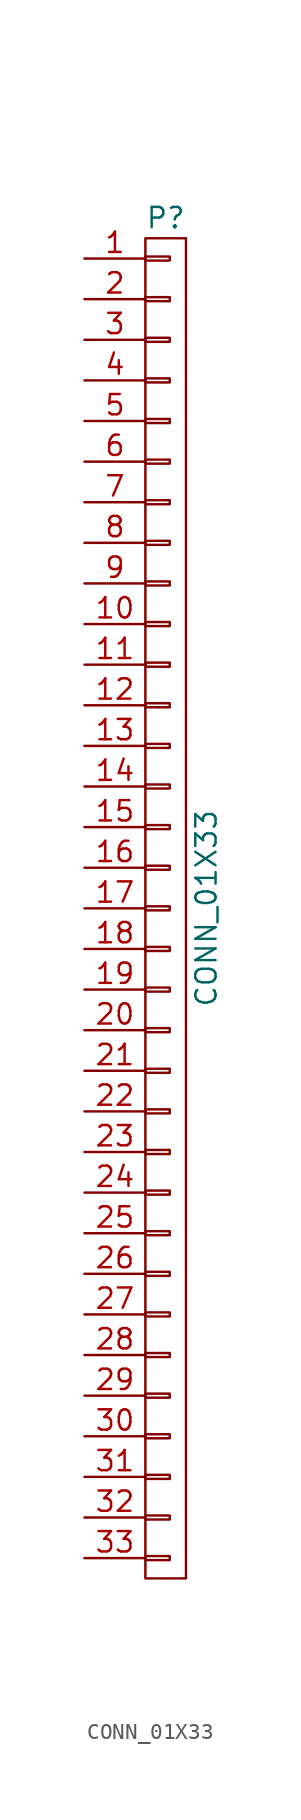
<source format=kicad_sym>
(kicad_symbol_lib
  (version 20211014)
  (generator kicad_symbol_editor)
  (symbol "CONN_01X33"
    (pin_names
      (offset 1.016) hide)
    (property "Reference" "P"
      (at 0 43.18 0)
      (effects (font (size 1.27 1.27))))
    (property "Value" "CONN_01X33"
      (at 2.54 0 90)
      (effects (font (size 1.27 1.27))))
    (property "Footprint" ""
      (at 0 0 0)
      (effects (font (size 1.27 1.27))))
    (property "Datasheet" ""
      (at 0 0 0)
      (effects (font (size 1.27 1.27))))
    (symbol "CONN_01X33_0_1"
      (rectangle (start -1.27 -41.91) (end 1.27 41.91) (stroke (width 0) (type default) (color 0 0 0 0)) (fill (type none)))
      (rectangle (start -1.27 -40.513) (end 0.254 -40.767) (stroke (width 0) (type default) (color 0 0 0 0)) (fill (type none)))
      (rectangle (start -1.27 -37.973) (end 0.254 -38.227) (stroke (width 0) (type default) (color 0 0 0 0)) (fill (type none)))
      (rectangle (start -1.27 -35.433) (end 0.254 -35.687) (stroke (width 0) (type default) (color 0 0 0 0)) (fill (type none)))
      (rectangle (start -1.27 -32.893) (end 0.254 -33.147) (stroke (width 0) (type default) (color 0 0 0 0)) (fill (type none)))
      (rectangle (start -1.27 -30.353) (end 0.254 -30.607) (stroke (width 0) (type default) (color 0 0 0 0)) (fill (type none)))
      (rectangle (start -1.27 -27.813) (end 0.254 -28.067) (stroke (width 0) (type default) (color 0 0 0 0)) (fill (type none)))
      (rectangle (start -1.27 -25.273) (end 0.254 -25.527) (stroke (width 0) (type default) (color 0 0 0 0)) (fill (type none)))
      (rectangle (start -1.27 -22.733) (end 0.254 -22.987) (stroke (width 0) (type default) (color 0 0 0 0)) (fill (type none)))
      (rectangle (start -1.27 -20.193) (end 0.254 -20.447) (stroke (width 0) (type default) (color 0 0 0 0)) (fill (type none)))
      (rectangle (start -1.27 -17.653) (end 0.254 -17.907) (stroke (width 0) (type default) (color 0 0 0 0)) (fill (type none)))
      (rectangle (start -1.27 -15.113) (end 0.254 -15.367) (stroke (width 0) (type default) (color 0 0 0 0)) (fill (type none)))
      (rectangle (start -1.27 -12.573) (end 0.254 -12.827) (stroke (width 0) (type default) (color 0 0 0 0)) (fill (type none)))
      (rectangle (start -1.27 -10.033) (end 0.254 -10.287) (stroke (width 0) (type default) (color 0 0 0 0)) (fill (type none)))
      (rectangle (start -1.27 -7.493) (end 0.254 -7.747) (stroke (width 0) (type default) (color 0 0 0 0)) (fill (type none)))
      (rectangle (start -1.27 -4.953) (end 0.254 -5.207) (stroke (width 0) (type default) (color 0 0 0 0)) (fill (type none)))
      (rectangle (start -1.27 -2.413) (end 0.254 -2.667) (stroke (width 0) (type default) (color 0 0 0 0)) (fill (type none)))
      (rectangle (start -1.27 0.127) (end 0.254 -0.127) (stroke (width 0) (type default) (color 0 0 0 0)) (fill (type none)))
      (rectangle (start -1.27 2.667) (end 0.254 2.413) (stroke (width 0) (type default) (color 0 0 0 0)) (fill (type none)))
      (rectangle (start -1.27 5.207) (end 0.254 4.953) (stroke (width 0) (type default) (color 0 0 0 0)) (fill (type none)))
      (rectangle (start -1.27 7.747) (end 0.254 7.493) (stroke (width 0) (type default) (color 0 0 0 0)) (fill (type none)))
      (rectangle (start -1.27 10.287) (end 0.254 10.033) (stroke (width 0) (type default) (color 0 0 0 0)) (fill (type none)))
      (rectangle (start -1.27 12.827) (end 0.254 12.573) (stroke (width 0) (type default) (color 0 0 0 0)) (fill (type none)))
      (rectangle (start -1.27 15.367) (end 0.254 15.113) (stroke (width 0) (type default) (color 0 0 0 0)) (fill (type none)))
      (rectangle (start -1.27 17.907) (end 0.254 17.653) (stroke (width 0) (type default) (color 0 0 0 0)) (fill (type none)))
      (rectangle (start -1.27 20.447) (end 0.254 20.193) (stroke (width 0) (type default) (color 0 0 0 0)) (fill (type none)))
      (rectangle (start -1.27 22.987) (end 0.254 22.733) (stroke (width 0) (type default) (color 0 0 0 0)) (fill (type none)))
      (rectangle (start -1.27 25.527) (end 0.254 25.273) (stroke (width 0) (type default) (color 0 0 0 0)) (fill (type none)))
      (rectangle (start -1.27 28.067) (end 0.254 27.813) (stroke (width 0) (type default) (color 0 0 0 0)) (fill (type none)))
      (rectangle (start -1.27 30.607) (end 0.254 30.353) (stroke (width 0) (type default) (color 0 0 0 0)) (fill (type none)))
      (rectangle (start -1.27 33.147) (end 0.254 32.893) (stroke (width 0) (type default) (color 0 0 0 0)) (fill (type none)))
      (rectangle (start -1.27 35.687) (end 0.254 35.433) (stroke (width 0) (type default) (color 0 0 0 0)) (fill (type none)))
      (rectangle (start -1.27 38.227) (end 0.254 37.973) (stroke (width 0) (type default) (color 0 0 0 0)) (fill (type none)))
      (rectangle (start -1.27 40.767) (end 0.254 40.513) (stroke (width 0) (type default) (color 0 0 0 0)) (fill (type none))))
    (symbol "CONN_01X33_1_1"
      (pin passive line (at -5.08 40.64 0) (length 3.81) (name "P1" (effects (font (size 1.27 1.27)))) (number "1" (effects (font (size 1.27 1.27)))))
      (pin passive line (at -5.08 17.78 0) (length 3.81) (name "P10" (effects (font (size 1.27 1.27)))) (number "10" (effects (font (size 1.27 1.27)))))
      (pin passive line (at -5.08 15.24 0) (length 3.81) (name "P11" (effects (font (size 1.27 1.27)))) (number "11" (effects (font (size 1.27 1.27)))))
      (pin passive line (at -5.08 12.7 0) (length 3.81) (name "P12" (effects (font (size 1.27 1.27)))) (number "12" (effects (font (size 1.27 1.27)))))
      (pin passive line (at -5.08 10.16 0) (length 3.81) (name "P13" (effects (font (size 1.27 1.27)))) (number "13" (effects (font (size 1.27 1.27)))))
      (pin passive line (at -5.08 7.62 0) (length 3.81) (name "P14" (effects (font (size 1.27 1.27)))) (number "14" (effects (font (size 1.27 1.27)))))
      (pin passive line (at -5.08 5.08 0) (length 3.81) (name "P15" (effects (font (size 1.27 1.27)))) (number "15" (effects (font (size 1.27 1.27)))))
      (pin passive line (at -5.08 2.54 0) (length 3.81) (name "P16" (effects (font (size 1.27 1.27)))) (number "16" (effects (font (size 1.27 1.27)))))
      (pin passive line (at -5.08 0 0) (length 3.81) (name "P17" (effects (font (size 1.27 1.27)))) (number "17" (effects (font (size 1.27 1.27)))))
      (pin passive line (at -5.08 -2.54 0) (length 3.81) (name "P18" (effects (font (size 1.27 1.27)))) (number "18" (effects (font (size 1.27 1.27)))))
      (pin passive line (at -5.08 -5.08 0) (length 3.81) (name "P19" (effects (font (size 1.27 1.27)))) (number "19" (effects (font (size 1.27 1.27)))))
      (pin passive line (at -5.08 38.1 0) (length 3.81) (name "P2" (effects (font (size 1.27 1.27)))) (number "2" (effects (font (size 1.27 1.27)))))
      (pin passive line (at -5.08 -7.62 0) (length 3.81) (name "P20" (effects (font (size 1.27 1.27)))) (number "20" (effects (font (size 1.27 1.27)))))
      (pin passive line (at -5.08 -10.16 0) (length 3.81) (name "P21" (effects (font (size 1.27 1.27)))) (number "21" (effects (font (size 1.27 1.27)))))
      (pin passive line (at -5.08 -12.7 0) (length 3.81) (name "P22" (effects (font (size 1.27 1.27)))) (number "22" (effects (font (size 1.27 1.27)))))
      (pin passive line (at -5.08 -15.24 0) (length 3.81) (name "P23" (effects (font (size 1.27 1.27)))) (number "23" (effects (font (size 1.27 1.27)))))
      (pin passive line (at -5.08 -17.78 0) (length 3.81) (name "P24" (effects (font (size 1.27 1.27)))) (number "24" (effects (font (size 1.27 1.27)))))
      (pin passive line (at -5.08 -20.32 0) (length 3.81) (name "P25" (effects (font (size 1.27 1.27)))) (number "25" (effects (font (size 1.27 1.27)))))
      (pin passive line (at -5.08 -22.86 0) (length 3.81) (name "P26" (effects (font (size 1.27 1.27)))) (number "26" (effects (font (size 1.27 1.27)))))
      (pin passive line (at -5.08 -25.4 0) (length 3.81) (name "P27" (effects (font (size 1.27 1.27)))) (number "27" (effects (font (size 1.27 1.27)))))
      (pin passive line (at -5.08 -27.94 0) (length 3.81) (name "P28" (effects (font (size 1.27 1.27)))) (number "28" (effects (font (size 1.27 1.27)))))
      (pin passive line (at -5.08 -30.48 0) (length 3.81) (name "P29" (effects (font (size 1.27 1.27)))) (number "29" (effects (font (size 1.27 1.27)))))
      (pin passive line (at -5.08 35.56 0) (length 3.81) (name "P3" (effects (font (size 1.27 1.27)))) (number "3" (effects (font (size 1.27 1.27)))))
      (pin passive line (at -5.08 -33.02 0) (length 3.81) (name "P30" (effects (font (size 1.27 1.27)))) (number "30" (effects (font (size 1.27 1.27)))))
      (pin passive line (at -5.08 -35.56 0) (length 3.81) (name "P31" (effects (font (size 1.27 1.27)))) (number "31" (effects (font (size 1.27 1.27)))))
      (pin passive line (at -5.08 -38.1 0) (length 3.81) (name "P32" (effects (font (size 1.27 1.27)))) (number "32" (effects (font (size 1.27 1.27)))))
      (pin passive line (at -5.08 -40.64 0) (length 3.81) (name "P33" (effects (font (size 1.27 1.27)))) (number "33" (effects (font (size 1.27 1.27)))))
      (pin passive line (at -5.08 33.02 0) (length 3.81) (name "P4" (effects (font (size 1.27 1.27)))) (number "4" (effects (font (size 1.27 1.27)))))
      (pin passive line (at -5.08 30.48 0) (length 3.81) (name "P5" (effects (font (size 1.27 1.27)))) (number "5" (effects (font (size 1.27 1.27)))))
      (pin passive line (at -5.08 27.94 0) (length 3.81) (name "P6" (effects (font (size 1.27 1.27)))) (number "6" (effects (font (size 1.27 1.27)))))
      (pin passive line (at -5.08 25.4 0) (length 3.81) (name "P7" (effects (font (size 1.27 1.27)))) (number "7" (effects (font (size 1.27 1.27)))))
      (pin passive line (at -5.08 22.86 0) (length 3.81) (name "P8" (effects (font (size 1.27 1.27)))) (number "8" (effects (font (size 1.27 1.27)))))
      (pin passive line (at -5.08 20.32 0) (length 3.81) (name "P9" (effects (font (size 1.27 1.27)))) (number "9" (effects (font (size 1.27 1.27))))))))
</source>
